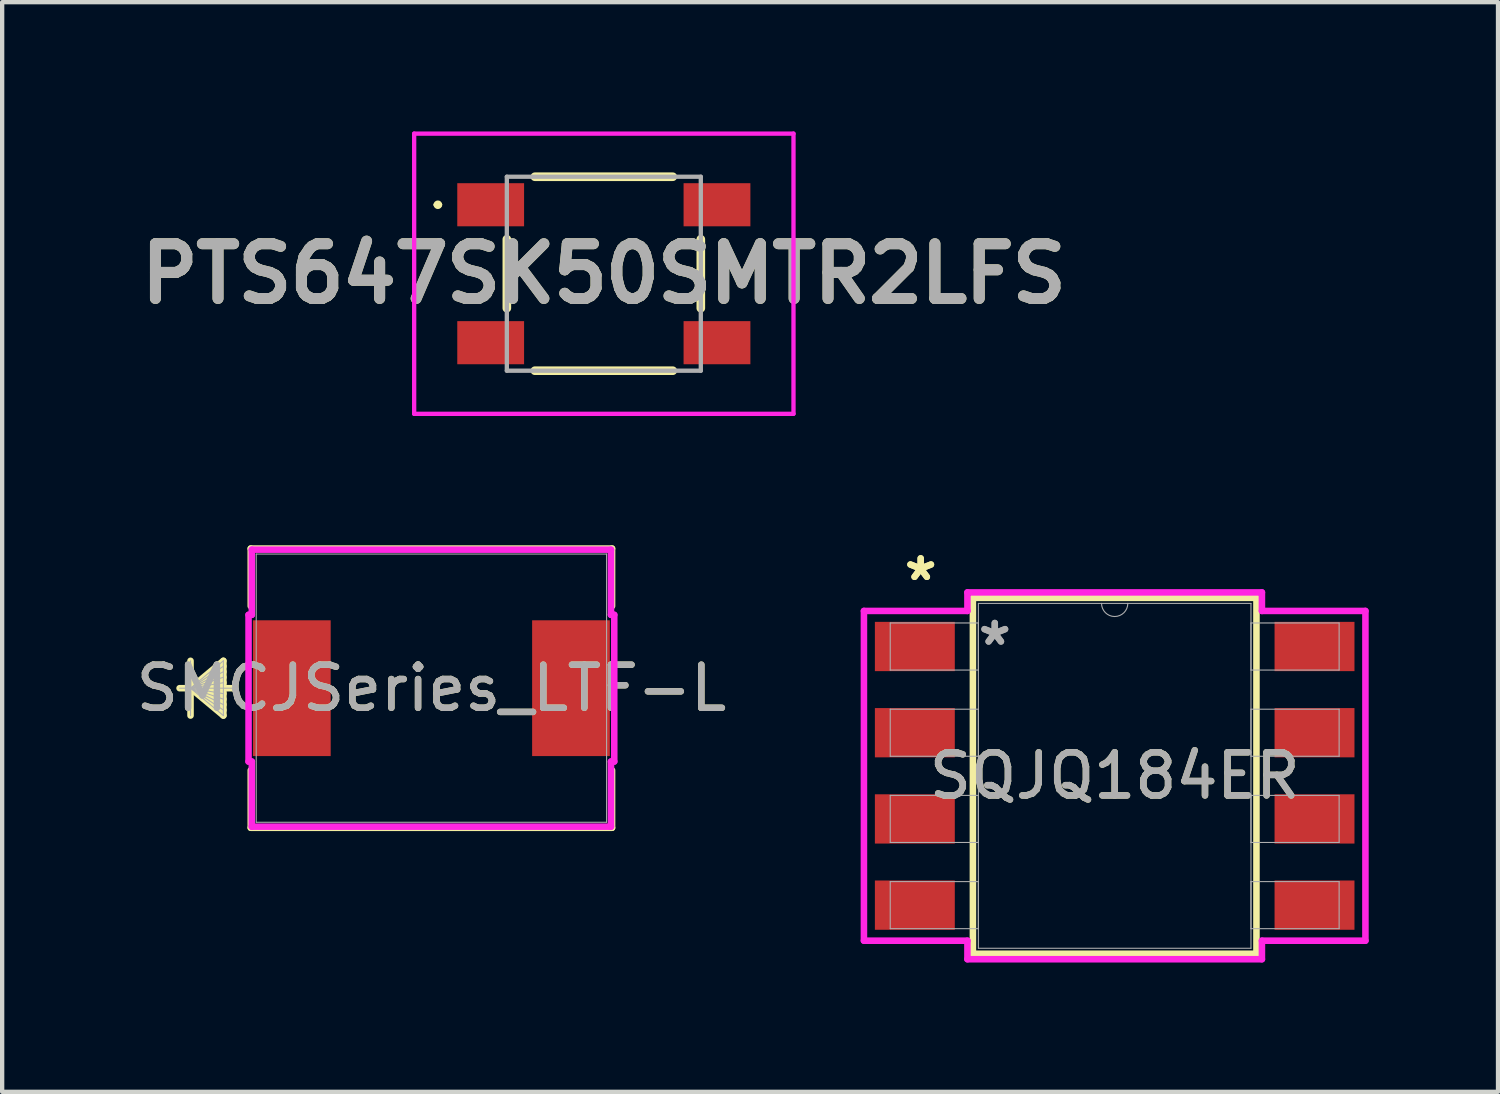
<source format=kicad_pcb>
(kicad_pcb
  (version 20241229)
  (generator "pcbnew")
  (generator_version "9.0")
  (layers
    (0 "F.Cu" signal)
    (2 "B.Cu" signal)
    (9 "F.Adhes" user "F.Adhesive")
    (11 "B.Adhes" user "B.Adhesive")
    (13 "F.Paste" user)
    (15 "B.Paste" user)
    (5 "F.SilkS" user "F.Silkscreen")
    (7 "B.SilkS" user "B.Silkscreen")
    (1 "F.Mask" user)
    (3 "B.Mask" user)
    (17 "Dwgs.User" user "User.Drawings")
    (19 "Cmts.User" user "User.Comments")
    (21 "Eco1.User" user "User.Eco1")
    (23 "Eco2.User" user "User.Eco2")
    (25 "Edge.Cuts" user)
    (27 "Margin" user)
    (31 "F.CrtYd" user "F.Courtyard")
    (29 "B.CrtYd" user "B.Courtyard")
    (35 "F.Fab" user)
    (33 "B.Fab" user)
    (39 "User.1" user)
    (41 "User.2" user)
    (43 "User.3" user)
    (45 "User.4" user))
  (footprint "SQJQ184ER"
    (layer "F.Cu")
    (at 22.809 14.948)
    (property "Reference" "SQJQ184ER" (at 0 0 0) (unlocked yes) (layer "F.SilkS") (effects (font (size 1 1) (thickness 0.15))))
    (attr smd)
    (fp_line (start -3.289 -4.128) (end -3.289 4.128) (stroke (width 0.152) (type solid)) (layer "F.SilkS"))
    (fp_line (start -3.289 4.128) (end 3.289 4.128) (stroke (width 0.152) (type solid)) (layer "F.SilkS"))
    (fp_line (start 3.289 -4.128) (end -3.289 -4.128) (stroke (width 0.152) (type solid)) (layer "F.SilkS"))
    (fp_line (start 3.289 4.128) (end 3.289 -4.128) (stroke (width 0.152) (type solid)) (layer "F.SilkS"))
    (fp_line (start -5.817 -3.825) (end -3.416 -3.825) (stroke (width 0.152) (type solid)) (layer "F.CrtYd"))
    (fp_line (start -5.817 3.825) (end -5.817 -3.825) (stroke (width 0.152) (type solid)) (layer "F.CrtYd"))
    (fp_line (start -5.817 3.825) (end -3.416 3.825) (stroke (width 0.152) (type solid)) (layer "F.CrtYd"))
    (fp_line (start -3.416 -4.255) (end 3.416 -4.255) (stroke (width 0.152) (type solid)) (layer "F.CrtYd"))
    (fp_line (start -3.416 -3.825) (end -3.416 -4.255) (stroke (width 0.152) (type solid)) (layer "F.CrtYd"))
    (fp_line (start -3.416 4.255) (end -3.416 3.825) (stroke (width 0.152) (type solid)) (layer "F.CrtYd"))
    (fp_line (start 3.416 -4.255) (end 3.416 -3.825) (stroke (width 0.152) (type solid)) (layer "F.CrtYd"))
    (fp_line (start 3.416 3.825) (end 3.416 4.255) (stroke (width 0.152) (type solid)) (layer "F.CrtYd"))
    (fp_line (start 3.416 4.255) (end -3.416 4.255) (stroke (width 0.152) (type solid)) (layer "F.CrtYd"))
    (fp_line (start 5.817 -3.825) (end 3.416 -3.825) (stroke (width 0.152) (type solid)) (layer "F.CrtYd"))
    (fp_line (start 5.817 -3.825) (end 5.817 3.825) (stroke (width 0.152) (type solid)) (layer "F.CrtYd"))
    (fp_line (start 5.817 3.825) (end 3.416 3.825) (stroke (width 0.152) (type solid)) (layer "F.CrtYd"))
    (fp_line (start -5.207 -3.546) (end -5.207 -2.454) (stroke (width 0.025) (type solid)) (layer "F.Fab"))
    (fp_line (start -5.207 -2.454) (end -3.162 -2.454) (stroke (width 0.025) (type solid)) (layer "F.Fab"))
    (fp_line (start -5.207 -1.546) (end -5.207 -0.454) (stroke (width 0.025) (type solid)) (layer "F.Fab"))
    (fp_line (start -5.207 -0.454) (end -3.162 -0.454) (stroke (width 0.025) (type solid)) (layer "F.Fab"))
    (fp_line (start -5.207 0.454) (end -5.207 1.546) (stroke (width 0.025) (type solid)) (layer "F.Fab"))
    (fp_line (start -5.207 1.546) (end -3.162 1.546) (stroke (width 0.025) (type solid)) (layer "F.Fab"))
    (fp_line (start -5.207 2.454) (end -5.207 3.546) (stroke (width 0.025) (type solid)) (layer "F.Fab"))
    (fp_line (start -5.207 3.546) (end -3.162 3.546) (stroke (width 0.025) (type solid)) (layer "F.Fab"))
    (fp_line (start -3.162 -4) (end -3.162 4) (stroke (width 0.025) (type solid)) (layer "F.Fab"))
    (fp_line (start -3.162 -3.546) (end -5.207 -3.546) (stroke (width 0.025) (type solid)) (layer "F.Fab"))
    (fp_line (start -3.162 -2.454) (end -3.162 -3.546) (stroke (width 0.025) (type solid)) (layer "F.Fab"))
    (fp_line (start -3.162 -1.546) (end -5.207 -1.546) (stroke (width 0.025) (type solid)) (layer "F.Fab"))
    (fp_line (start -3.162 -0.454) (end -3.162 -1.546) (stroke (width 0.025) (type solid)) (layer "F.Fab"))
    (fp_line (start -3.162 0.454) (end -5.207 0.454) (stroke (width 0.025) (type solid)) (layer "F.Fab"))
    (fp_line (start -3.162 1.546) (end -3.162 0.454) (stroke (width 0.025) (type solid)) (layer "F.Fab"))
    (fp_line (start -3.162 2.454) (end -5.207 2.454) (stroke (width 0.025) (type solid)) (layer "F.Fab"))
    (fp_line (start -3.162 3.546) (end -3.162 2.454) (stroke (width 0.025) (type solid)) (layer "F.Fab"))
    (fp_line (start -3.162 4) (end 3.162 4) (stroke (width 0.025) (type solid)) (layer "F.Fab"))
    (fp_line (start 3.162 -4) (end -3.162 -4) (stroke (width 0.025) (type solid)) (layer "F.Fab"))
    (fp_line (start 3.162 -3.546) (end 3.162 -2.454) (stroke (width 0.025) (type solid)) (layer "F.Fab"))
    (fp_line (start 3.162 -2.454) (end 5.207 -2.454) (stroke (width 0.025) (type solid)) (layer "F.Fab"))
    (fp_line (start 3.162 -1.546) (end 3.162 -0.454) (stroke (width 0.025) (type solid)) (layer "F.Fab"))
    (fp_line (start 3.162 -0.454) (end 5.207 -0.454) (stroke (width 0.025) (type solid)) (layer "F.Fab"))
    (fp_line (start 3.162 0.454) (end 3.162 1.546) (stroke (width 0.025) (type solid)) (layer "F.Fab"))
    (fp_line (start 3.162 1.546) (end 5.207 1.546) (stroke (width 0.025) (type solid)) (layer "F.Fab"))
    (fp_line (start 3.162 2.454) (end 3.162 3.546) (stroke (width 0.025) (type solid)) (layer "F.Fab"))
    (fp_line (start 3.162 3.546) (end 5.207 3.546) (stroke (width 0.025) (type solid)) (layer "F.Fab"))
    (fp_line (start 3.162 4) (end 3.162 -4) (stroke (width 0.025) (type solid)) (layer "F.Fab"))
    (fp_line (start 5.207 -3.546) (end 3.162 -3.546) (stroke (width 0.025) (type solid)) (layer "F.Fab"))
    (fp_line (start 5.207 -2.454) (end 5.207 -3.546) (stroke (width 0.025) (type solid)) (layer "F.Fab"))
    (fp_line (start 5.207 -1.546) (end 3.162 -1.546) (stroke (width 0.025) (type solid)) (layer "F.Fab"))
    (fp_line (start 5.207 -0.454) (end 5.207 -1.546) (stroke (width 0.025) (type solid)) (layer "F.Fab"))
    (fp_line (start 5.207 0.454) (end 3.162 0.454) (stroke (width 0.025) (type solid)) (layer "F.Fab"))
    (fp_line (start 5.207 1.546) (end 5.207 0.454) (stroke (width 0.025) (type solid)) (layer "F.Fab"))
    (fp_line (start 5.207 2.454) (end 3.162 2.454) (stroke (width 0.025) (type solid)) (layer "F.Fab"))
    (fp_line (start 5.207 3.546) (end 5.207 2.454) (stroke (width 0.025) (type solid)) (layer "F.Fab"))
    (fp_arc (start 0.3048 -4.0005) (mid 0 -3.6957) (end -0.3048 -4.0005) (stroke (width 0.0254) (type solid)) (layer "F.Fab"))
    (fp_text user "*" (at -4.5 -4.5 0) (unlocked yes) (layer "F.SilkS") (effects (font (size 1 1) (thickness 0.15))))
    (fp_text user "*" (at -4.5 -4.5 0) (layer "F.SilkS") (effects (font (size 1 1) (thickness 0.15))))
    (fp_text user "*" (at -2.781 -3 0) (unlocked yes) (layer "F.Fab") (effects (font (size 1 1) (thickness 0.15))))
    (fp_text user "${REFERENCE}" (at 0 0 0) (unlocked yes) (layer "F.Fab") (effects (font (size 1 1) (thickness 0.15))))
    (fp_text user "*" (at -2.781 -3 0) (layer "F.Fab") (effects (font (size 1 1) (thickness 0.15))))
    (pad "1" smd rect (at -4.636 3) (size 1.854 1.143) (layers "F.Cu" "F.Mask" "F.Paste"))
    (pad "2" smd rect (at 4.636 -3) (size 1.854 1.143) (layers "F.Cu" "F.Mask" "F.Paste"))
    (pad "2" smd rect (at 4.636 -1) (size 1.854 1.143) (layers "F.Cu" "F.Mask" "F.Paste"))
    (pad "2" smd rect (at 4.636 1) (size 1.854 1.143) (layers "F.Cu" "F.Mask" "F.Paste"))
    (pad "2" smd rect (at 4.636 3) (size 1.854 1.143) (layers "F.Cu" "F.Mask" "F.Paste"))
    (pad "3" smd rect (at -4.636 -3) (size 1.854 1.143) (layers "F.Cu" "F.Mask" "F.Paste"))
    (pad "3" smd rect (at -4.636 -1) (size 1.854 1.143) (layers "F.Cu" "F.Mask" "F.Paste"))
    (pad "3" smd rect (at -4.636 1) (size 1.854 1.143) (layers "F.Cu" "F.Mask" "F.Paste")))
  (footprint "SMCJSeries_LTF-L"
    (layer "F.Cu")
    (at 2.744 16.415)
    (property "Reference" "SMCJSeries_LTF-L" (at 4.214 -3.5 0) (unlocked yes) (layer "F.SilkS") (effects (font (size 1 1) (thickness 0.15))))
    (attr smd)
    (fp_line (start -1.374 -4.135) (end -1.374 -2.865) (stroke (width 0.152) (type solid)) (layer "F.SilkS"))
    (fp_line (start -1.374 -3.5) (end -0.612 -4.135) (stroke (width 0.152) (type solid)) (layer "F.SilkS"))
    (fp_line (start -1.374 -3.5) (end -0.612 -4.008) (stroke (width 0.152) (type solid)) (layer "F.SilkS"))
    (fp_line (start -1.374 -3.5) (end -0.612 -3.881) (stroke (width 0.152) (type solid)) (layer "F.SilkS"))
    (fp_line (start -1.374 -3.5) (end -0.612 -3.754) (stroke (width 0.152) (type solid)) (layer "F.SilkS"))
    (fp_line (start -1.374 -3.5) (end -0.612 -3.627) (stroke (width 0.152) (type solid)) (layer "F.SilkS"))
    (fp_line (start -1.374 -3.5) (end -0.612 -3.373) (stroke (width 0.152) (type solid)) (layer "F.SilkS"))
    (fp_line (start -1.374 -3.5) (end -0.612 -3.246) (stroke (width 0.152) (type solid)) (layer "F.SilkS"))
    (fp_line (start -1.374 -3.5) (end -0.612 -3.119) (stroke (width 0.152) (type solid)) (layer "F.SilkS"))
    (fp_line (start -1.374 -3.5) (end -0.612 -2.992) (stroke (width 0.152) (type solid)) (layer "F.SilkS"))
    (fp_line (start -1.374 -3.5) (end -0.612 -2.865) (stroke (width 0.152) (type solid)) (layer "F.SilkS"))
    (fp_line (start -0.612 -4.135) (end -0.612 -2.865) (stroke (width 0.152) (type solid)) (layer "F.SilkS"))
    (fp_line (start -0.358 -3.5) (end -1.628 -3.5) (stroke (width 0.152) (type solid)) (layer "F.SilkS"))
    (fp_line (start 0.023 -6.739) (end 0.023 -5.404) (stroke (width 0.152) (type solid)) (layer "F.SilkS"))
    (fp_line (start 0.023 -1.596) (end 0.023 -0.262) (stroke (width 0.152) (type solid)) (layer "F.SilkS"))
    (fp_line (start 0.023 -0.262) (end 8.405 -0.262) (stroke (width 0.152) (type solid)) (layer "F.SilkS"))
    (fp_line (start 8.405 -6.739) (end 0.023 -6.739) (stroke (width 0.152) (type solid)) (layer "F.SilkS"))
    (fp_line (start 8.405 -5.404) (end 8.405 -6.739) (stroke (width 0.152) (type solid)) (layer "F.SilkS"))
    (fp_line (start 8.405 -0.262) (end 8.405 -1.596) (stroke (width 0.152) (type solid)) (layer "F.SilkS"))
    (fp_line (start -0.028 -5.202) (end 0.048 -5.202) (stroke (width 0.152) (type solid)) (layer "F.CrtYd"))
    (fp_line (start -0.028 -1.798) (end -0.028 -5.202) (stroke (width 0.152) (type solid)) (layer "F.CrtYd"))
    (fp_line (start 0.048 -6.713) (end 8.38 -6.713) (stroke (width 0.152) (type solid)) (layer "F.CrtYd"))
    (fp_line (start 0.048 -5.202) (end 0.048 -6.713) (stroke (width 0.152) (type solid)) (layer "F.CrtYd"))
    (fp_line (start 0.048 -1.798) (end -0.028 -1.798) (stroke (width 0.152) (type solid)) (layer "F.CrtYd"))
    (fp_line (start 0.048 -0.287) (end 0.048 -1.798) (stroke (width 0.152) (type solid)) (layer "F.CrtYd"))
    (fp_line (start 8.38 -6.713) (end 8.38 -5.202) (stroke (width 0.152) (type solid)) (layer "F.CrtYd"))
    (fp_line (start 8.38 -5.202) (end 8.456 -5.202) (stroke (width 0.152) (type solid)) (layer "F.CrtYd"))
    (fp_line (start 8.38 -1.798) (end 8.38 -0.287) (stroke (width 0.152) (type solid)) (layer "F.CrtYd"))
    (fp_line (start 8.38 -0.287) (end 0.048 -0.287) (stroke (width 0.152) (type solid)) (layer "F.CrtYd"))
    (fp_line (start 8.456 -5.202) (end 8.456 -1.798) (stroke (width 0.152) (type solid)) (layer "F.CrtYd"))
    (fp_line (start 8.456 -1.798) (end 8.38 -1.798) (stroke (width 0.152) (type solid)) (layer "F.CrtYd"))
    (fp_line (start -1.374 -4.135) (end -1.374 -2.865) (stroke (width 0.025) (type solid)) (layer "F.Fab"))
    (fp_line (start -1.374 -3.5) (end -0.612 -4.135) (stroke (width 0.025) (type solid)) (layer "F.Fab"))
    (fp_line (start -1.374 -3.5) (end -0.612 -4.008) (stroke (width 0.025) (type solid)) (layer "F.Fab"))
    (fp_line (start -1.374 -3.5) (end -0.612 -3.881) (stroke (width 0.025) (type solid)) (layer "F.Fab"))
    (fp_line (start -1.374 -3.5) (end -0.612 -3.754) (stroke (width 0.025) (type solid)) (layer "F.Fab"))
    (fp_line (start -1.374 -3.5) (end -0.612 -3.627) (stroke (width 0.025) (type solid)) (layer "F.Fab"))
    (fp_line (start -1.374 -3.5) (end -0.612 -3.373) (stroke (width 0.025) (type solid)) (layer "F.Fab"))
    (fp_line (start -1.374 -3.5) (end -0.612 -3.246) (stroke (width 0.025) (type solid)) (layer "F.Fab"))
    (fp_line (start -1.374 -3.5) (end -0.612 -3.119) (stroke (width 0.025) (type solid)) (layer "F.Fab"))
    (fp_line (start -1.374 -3.5) (end -0.612 -2.992) (stroke (width 0.025) (type solid)) (layer "F.Fab"))
    (fp_line (start -1.374 -3.5) (end -0.612 -2.865) (stroke (width 0.025) (type solid)) (layer "F.Fab"))
    (fp_line (start -0.612 -4.135) (end -0.612 -2.865) (stroke (width 0.025) (type solid)) (layer "F.Fab"))
    (fp_line (start -0.358 -3.5) (end -1.628 -3.5) (stroke (width 0.025) (type solid)) (layer "F.Fab"))
    (fp_line (start 0.15 -6.612) (end 0.15 -0.389) (stroke (width 0.025) (type solid)) (layer "F.Fab"))
    (fp_line (start 0.15 -0.389) (end 8.278 -0.389) (stroke (width 0.025) (type solid)) (layer "F.Fab"))
    (fp_line (start 8.278 -6.612) (end 0.15 -6.612) (stroke (width 0.025) (type solid)) (layer "F.Fab"))
    (fp_line (start 8.278 -0.389) (end 8.278 -6.612) (stroke (width 0.025) (type solid)) (layer "F.Fab"))
    (fp_text user "${REFERENCE}" (at 4.214 -3.5 0) (unlocked yes) (layer "F.Fab") (effects (font (size 1 1) (thickness 0.15))))
    (pad "1" smd rect (at 0.976 -3.5 90) (size 3.15 1.803) (layers "F.Cu" "F.Mask" "F.Paste"))
    (pad "2" smd rect (at 7.452 -3.5 90) (size 3.15 1.803) (layers "F.Cu" "F.Mask" "F.Paste"))
    (zone (net_name "") (layer "F.Cu") (hatch full 0.508) (connect_pads) (min_thickness 0.254) (filled_areas_thickness no) (keepout (tracks not_allowed) (vias not_allowed) (pads allowed) (copperpour not_allowed) (footprints allowed)) (placement (enabled no)) (fill) (polygon (pts (xy 2.945 9.854) (xy 10.972 9.854) (xy 10.972 11.264) (xy 2.945 11.264))))
    (zone (net_name "") (layer "F.Cu") (hatch full 0.508) (connect_pads) (min_thickness 0.254) (filled_areas_thickness no) (keepout (tracks not_allowed) (vias not_allowed) (pads allowed) (copperpour not_allowed) (footprints allowed)) (placement (enabled no)) (fill) (polygon (pts (xy 2.945 14.566) (xy 10.972 14.566) (xy 10.972 15.975) (xy 2.945 15.975))))
    (zone (net_name "") (layer "F.Cu") (hatch full 0.508) (connect_pads) (min_thickness 0.254) (filled_areas_thickness no) (keepout (tracks not_allowed) (vias not_allowed) (pads allowed) (copperpour not_allowed) (footprints allowed)) (placement (enabled no)) (fill) (polygon (pts (xy 4.672 11.264) (xy 9.244 11.264) (xy 9.244 14.566) (xy 4.672 14.566)))))
  (footprint "PTS647SK50SMTR2LFS"
    (layer "F.Cu")
    (at 10.958 3.3)
    (property "Reference" "PTS647SK50SMTR2LFS" (at 0 0 0) (layer "F.SilkS") (effects (font (size 1.27 1.27) (thickness 0.254))))
    (attr smd)
    (fp_line (start -3.9 -1.6) (end -3.9 -1.6) (stroke (width 0.1) (type solid)) (layer "F.SilkS"))
    (fp_line (start -3.8 -1.6) (end -3.8 -1.6) (stroke (width 0.1) (type solid)) (layer "F.SilkS"))
    (fp_line (start -2.25 -0.8) (end -2.25 0.8) (stroke (width 0.2) (type solid)) (layer "F.SilkS"))
    (fp_line (start -1.6 -2.25) (end 1.6 -2.25) (stroke (width 0.2) (type solid)) (layer "F.SilkS"))
    (fp_line (start -1.6 2.25) (end 1.6 2.25) (stroke (width 0.2) (type solid)) (layer "F.SilkS"))
    (fp_line (start 2.25 -0.8) (end 2.25 0.8) (stroke (width 0.2) (type solid)) (layer "F.SilkS"))
    (fp_arc (start -3.9 -1.6) (mid -3.85 -1.65) (end -3.8 -1.6) (stroke (width 0.1) (type solid)) (layer "F.SilkS"))
    (fp_arc (start -3.8 -1.6) (mid -3.85 -1.55) (end -3.9 -1.6) (stroke (width 0.1) (type solid)) (layer "F.SilkS"))
    (fp_line (start -4.4 -3.25) (end 4.4 -3.25) (stroke (width 0.1) (type solid)) (layer "F.CrtYd"))
    (fp_line (start -4.4 3.25) (end -4.4 -3.25) (stroke (width 0.1) (type solid)) (layer "F.CrtYd"))
    (fp_line (start 4.4 -3.25) (end 4.4 3.25) (stroke (width 0.1) (type solid)) (layer "F.CrtYd"))
    (fp_line (start 4.4 3.25) (end -4.4 3.25) (stroke (width 0.1) (type solid)) (layer "F.CrtYd"))
    (fp_line (start -2.25 -2.25) (end -2.25 2.25) (stroke (width 0.1) (type solid)) (layer "F.Fab"))
    (fp_line (start -2.25 2.25) (end 2.25 2.25) (stroke (width 0.1) (type solid)) (layer "F.Fab"))
    (fp_line (start 2.25 -2.25) (end -2.25 -2.25) (stroke (width 0.1) (type solid)) (layer "F.Fab"))
    (fp_line (start 2.25 2.25) (end 2.25 -2.25) (stroke (width 0.1) (type solid)) (layer "F.Fab"))
    (fp_text user "${REFERENCE}" (at 0 0 0) (layer "F.Fab") (effects (font (size 1.27 1.27) (thickness 0.254))))
    (pad "1" smd rect (at -2.625 -1.6 90) (size 1 1.55) (layers "F.Cu" "F.Mask" "F.Paste"))
    (pad "2" smd rect (at 2.625 -1.6 90) (size 1 1.55) (layers "F.Cu" "F.Mask" "F.Paste"))
    (pad "3" smd rect (at -2.625 1.6 90) (size 1 1.55) (layers "F.Cu" "F.Mask" "F.Paste"))
    (pad "4" smd rect (at 2.625 1.6 90) (size 1 1.55) (layers "F.Cu" "F.Mask" "F.Paste")))
  (gr_rect
    (start -3 -3)
    (end 31.702 22.279)
    (stroke (width 0.1) (type default))
    (fill no)
    (layer "Edge.Cuts")))
</source>
